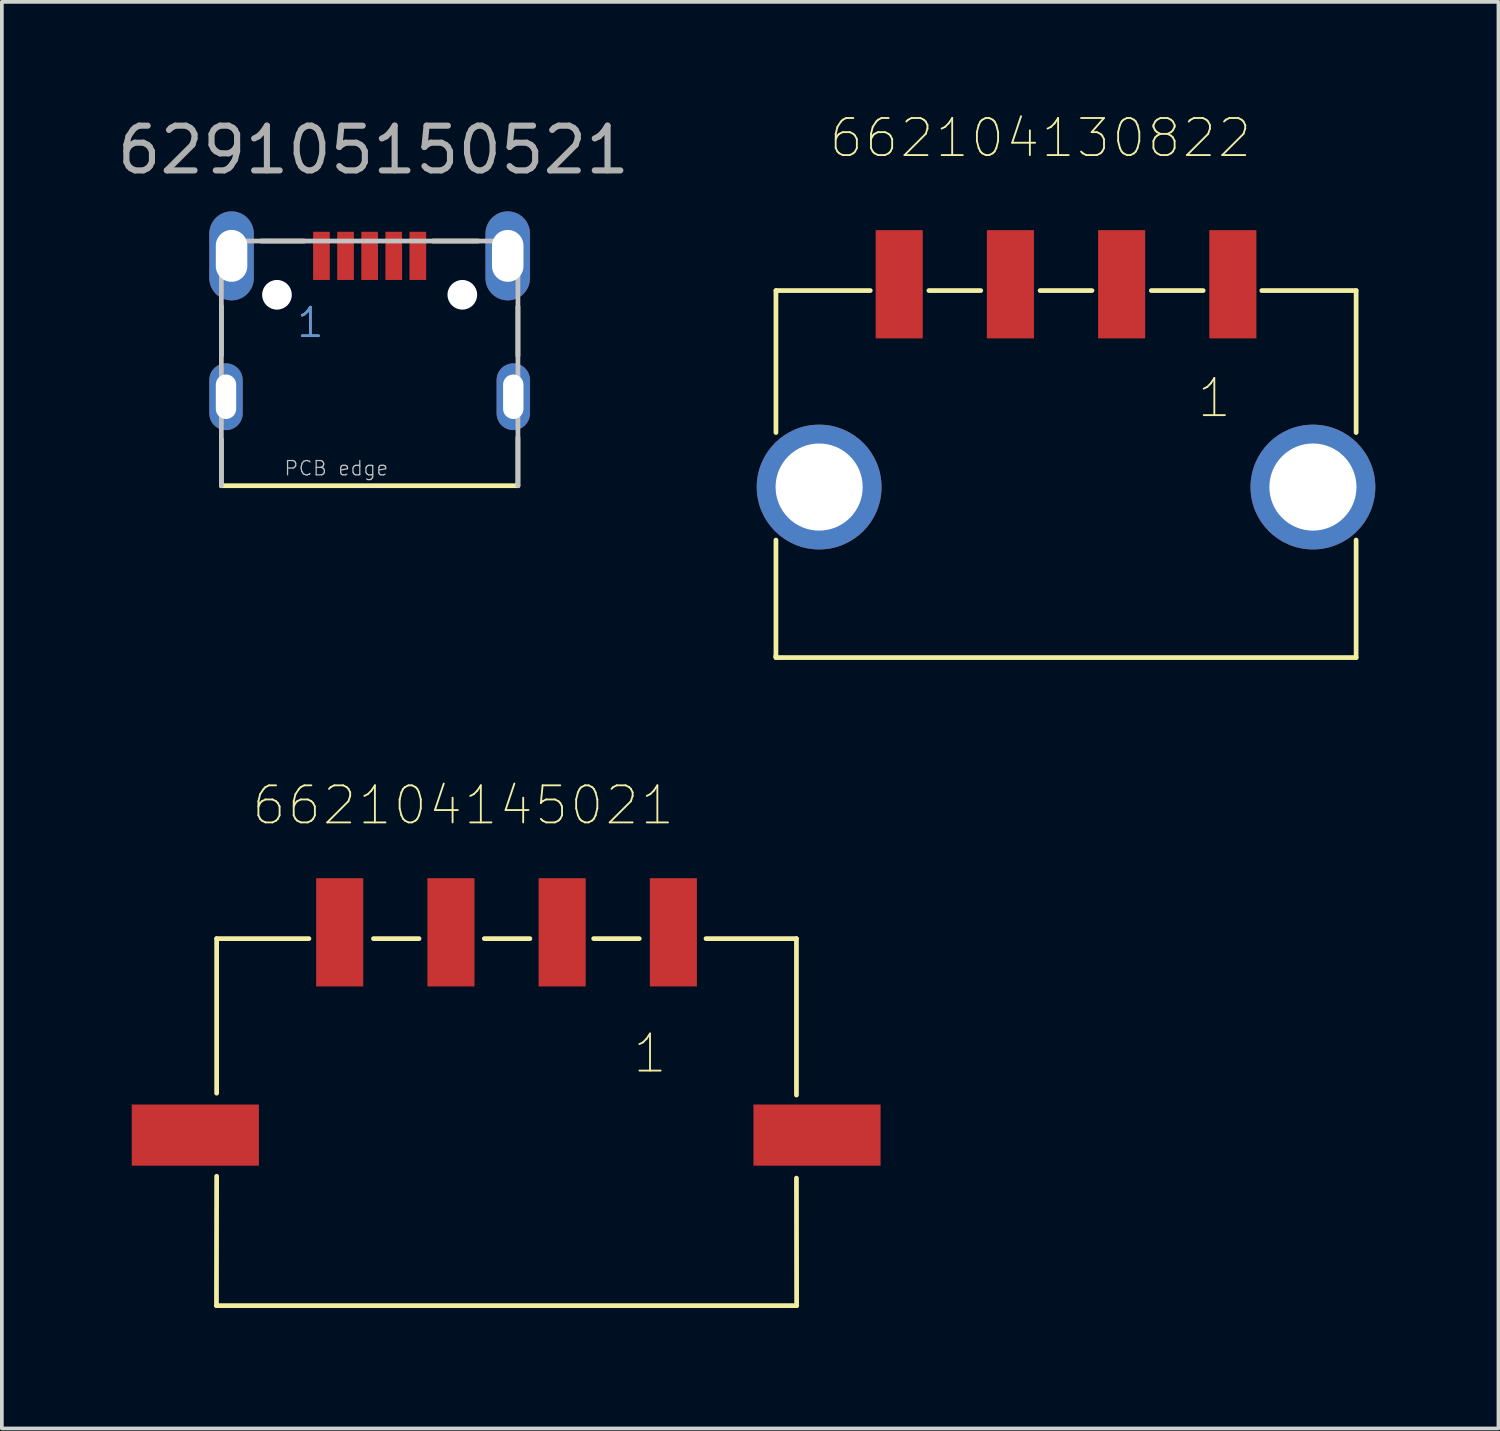
<source format=kicad_pcb>
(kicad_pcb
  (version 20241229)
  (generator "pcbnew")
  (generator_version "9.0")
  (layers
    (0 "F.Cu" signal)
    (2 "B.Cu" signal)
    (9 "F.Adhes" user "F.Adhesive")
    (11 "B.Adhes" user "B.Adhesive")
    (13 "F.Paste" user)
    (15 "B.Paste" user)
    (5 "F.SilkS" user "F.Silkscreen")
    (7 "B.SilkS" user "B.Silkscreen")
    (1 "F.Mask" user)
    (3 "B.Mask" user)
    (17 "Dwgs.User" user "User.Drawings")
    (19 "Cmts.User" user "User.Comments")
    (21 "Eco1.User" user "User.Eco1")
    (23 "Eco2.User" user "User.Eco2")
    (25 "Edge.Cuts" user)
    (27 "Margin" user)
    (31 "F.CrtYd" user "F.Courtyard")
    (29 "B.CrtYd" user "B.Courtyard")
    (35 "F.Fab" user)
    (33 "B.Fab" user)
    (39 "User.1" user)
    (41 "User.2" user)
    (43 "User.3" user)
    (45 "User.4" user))
  (footprint "662104130822"
    (layer "F.Cu")
    (at 25.706 10.088)
    (property "Reference" "662104130822" (at -0.69 -9.415 0) (layer "F.SilkS") (effects (font (size 1 1) (thickness 0.05))))
    (attr smd)
    (fp_line (start -7.83 4.56) (end -7.825 4.56) (stroke (width 0.127) (type solid)) (layer "F.SilkS"))
    (fp_line (start -7.825 -1.47) (end -7.825 -5.3) (stroke (width 0.127) (type solid)) (layer "F.SilkS"))
    (fp_line (start -7.825 1.43) (end -7.825 4.6) (stroke (width 0.127) (type solid)) (layer "F.SilkS"))
    (fp_line (start -7.825 4.6) (end 7.825 4.6) (stroke (width 0.127) (type solid)) (layer "F.SilkS"))
    (fp_line (start -5.28 -5.3) (end -7.825 -5.3) (stroke (width 0.127) (type solid)) (layer "F.SilkS"))
    (fp_line (start -3.7 -5.3) (end -2.3 -5.3) (stroke (width 0.127) (type solid)) (layer "F.SilkS"))
    (fp_line (start -0.7 -5.3) (end 0.7 -5.3) (stroke (width 0.127) (type solid)) (layer "F.SilkS"))
    (fp_line (start 2.3 -5.3) (end 3.7 -5.3) (stroke (width 0.127) (type solid)) (layer "F.SilkS"))
    (fp_line (start 7.825 -5.3) (end 5.28 -5.3) (stroke (width 0.127) (type solid)) (layer "F.SilkS"))
    (fp_line (start 7.825 -1.47) (end 7.825 -5.3) (stroke (width 0.127) (type solid)) (layer "F.SilkS"))
    (fp_line (start 7.825 1.43) (end 7.825 4.6) (stroke (width 0.127) (type solid)) (layer "F.SilkS"))
    (fp_line (start -8.6 -7.18) (end 8.6 -7.18) (stroke (width 0.127) (type solid)) (layer "Eco1.User"))
    (fp_line (start -8.6 4.85) (end -8.6 -7.18) (stroke (width 0.127) (type solid)) (layer "Eco1.User"))
    (fp_line (start 8.6 -7.18) (end 8.6 4.85) (stroke (width 0.127) (type solid)) (layer "Eco1.User"))
    (fp_line (start 8.6 4.85) (end -8.6 4.85) (stroke (width 0.127) (type solid)) (layer "Eco1.User"))
    (fp_line (start -7.825 -5.3) (end 7.825 -5.3) (stroke (width 0.127) (type solid)) (layer "Eco2.User"))
    (fp_line (start -7.825 4.56) (end -7.825 -5.3) (stroke (width 0.127) (type solid)) (layer "Eco2.User"))
    (fp_line (start -7.825 4.6) (end 7.825 4.6) (stroke (width 0.127) (type solid)) (layer "Eco2.User"))
    (fp_line (start 7.825 -5.3) (end 7.825 4.6) (stroke (width 0.127) (type solid)) (layer "Eco2.User"))
    (fp_text user "1" (at 4 -2.4 0) (layer "F.SilkS") (effects (font (size 1 1) (thickness 0.05))))
    (fp_text user "1" (at 4 -2.4 0) (layer "Edge.Cuts") (effects (font (size 1 1) (thickness 0.05))))
    (pad "1" smd rect (at 4.5 -5.47 90) (size 2.92 1.27) (layers "F.Cu" "F.Mask" "F.Paste"))
    (pad "2" smd rect (at 1.5 -5.47 90) (size 2.92 1.27) (layers "F.Cu" "F.Mask" "F.Paste"))
    (pad "3" smd rect (at -1.5 -5.47 90) (size 2.92 1.27) (layers "F.Cu" "F.Mask" "F.Paste"))
    (pad "4" smd rect (at -4.5 -5.47 90) (size 2.92 1.27) (layers "F.Cu" "F.Mask" "F.Paste"))
    (pad "Z1" thru_hole circle (at -6.66 0) (size 3.366 3.366) (drill 2.35) (layers "*.Cu" "*.Mask"))
    (pad "Z2" thru_hole circle (at 6.66 0) (size 3.366 3.366) (drill 2.35) (layers "*.Cu" "*.Mask")))
  (footprint "662104145021"
    (layer "F.Cu")
    (at 10.614 27.569)
    (property "Reference" "662104145021" (at -1.17 -8.895 0) (layer "F.SilkS") (effects (font (size 1 1) (thickness 0.05))))
    (attr smd)
    (fp_line (start -7.825 4.6) (end 7.825 4.6) (stroke (width 0.127) (type solid)) (layer "F.SilkS"))
    (fp_line (start -7.82 -5.3) (end -7.82 -1.13) (stroke (width 0.127) (type solid)) (layer "F.SilkS"))
    (fp_line (start -7.82 1.11) (end -7.825 4.6) (stroke (width 0.127) (type solid)) (layer "F.SilkS"))
    (fp_line (start -5.33 -5.3) (end -7.82 -5.3) (stroke (width 0.127) (type solid)) (layer "F.SilkS"))
    (fp_line (start -3.59 -5.3) (end -2.36 -5.3) (stroke (width 0.127) (type solid)) (layer "F.SilkS"))
    (fp_line (start -0.6 -5.3) (end 0.63 -5.3) (stroke (width 0.127) (type solid)) (layer "F.SilkS"))
    (fp_line (start 2.35 -5.3) (end 3.58 -5.3) (stroke (width 0.127) (type solid)) (layer "F.SilkS"))
    (fp_line (start 5.38 -5.3) (end 7.82 -5.3) (stroke (width 0.127) (type solid)) (layer "F.SilkS"))
    (fp_line (start 7.82 -5.3) (end 7.82 -1.08) (stroke (width 0.127) (type solid)) (layer "F.SilkS"))
    (fp_line (start 7.825 4.6) (end 7.82 1.16) (stroke (width 0.127) (type solid)) (layer "F.SilkS"))
    (fp_line (start -10.55 -7.37) (end 10.55 -7.37) (stroke (width 0.127) (type solid)) (layer "Eco1.User"))
    (fp_line (start -10.55 4.85) (end -10.55 -7.37) (stroke (width 0.127) (type solid)) (layer "Eco1.User"))
    (fp_line (start 10.55 -7.37) (end 10.55 4.85) (stroke (width 0.127) (type solid)) (layer "Eco1.User"))
    (fp_line (start 10.55 4.85) (end -10.55 4.85) (stroke (width 0.127) (type solid)) (layer "Eco1.User"))
    (fp_line (start -7.825 -5.3) (end 7.825 -5.3) (stroke (width 0.127) (type solid)) (layer "Eco2.User"))
    (fp_line (start -7.825 4.6) (end -7.825 -5.3) (stroke (width 0.127) (type solid)) (layer "Eco2.User"))
    (fp_line (start 7.825 -5.3) (end 7.825 4.6) (stroke (width 0.127) (type solid)) (layer "Eco2.User"))
    (fp_line (start 7.825 4.6) (end -7.825 4.6) (stroke (width 0.127) (type solid)) (layer "Eco2.User"))
    (fp_text user "1" (at 3.87 -2.2 0) (layer "F.SilkS") (effects (font (size 1 1) (thickness 0.05))))
    (fp_text user "4" (at -5.055 -2.5 0) (layer "Edge.Cuts") (effects (font (size 1 1) (thickness 0.05))))
    (fp_text user "1" (at 3.87 -2.2 0) (layer "Edge.Cuts") (effects (font (size 1 1) (thickness 0.05))))
    (pad "1" smd rect (at 4.5 -5.47 90) (size 2.92 1.27) (layers "F.Cu" "F.Mask" "F.Paste"))
    (pad "2" smd rect (at 1.5 -5.47 90) (size 2.92 1.27) (layers "F.Cu" "F.Mask" "F.Paste"))
    (pad "3" smd rect (at -1.5 -5.47 90) (size 2.92 1.27) (layers "F.Cu" "F.Mask" "F.Paste"))
    (pad "4" smd rect (at -4.5 -5.47 90) (size 2.92 1.27) (layers "F.Cu" "F.Mask" "F.Paste"))
    (pad "M1" smd rect (at 8.375 0) (size 3.43 1.65) (layers "F.Cu" "F.Mask" "F.Paste"))
    (pad "M2" smd rect (at -8.395 0) (size 3.43 1.65) (layers "F.Cu" "F.Mask" "F.Paste")))
  (footprint "629105150521"
    (layer "F.Cu")
    (at 6.921 4.902)
    (property "Reference" "629105150521" (at 0.1 -3.2 0) (layer "F.Fab") (effects (font (size 1.206 1.206) (thickness 0.165)) (justify bottom)))
    (attr through_hole)
    (fp_line (start -4 0.31) (end -4 1.64) (stroke (width 0.127) (type solid)) (layer "F.SilkS"))
    (fp_line (start -4 3.9) (end -4 5.15) (stroke (width 0.127) (type solid)) (layer "F.SilkS"))
    (fp_line (start -4 5.15) (end 4 5.15) (stroke (width 0.127) (type solid)) (layer "F.SilkS"))
    (fp_line (start -2.92 -1.45) (end -1.77 -1.45) (stroke (width 0.127) (type solid)) (layer "F.SilkS"))
    (fp_line (start 1.71 -1.45) (end 2.93 -1.45) (stroke (width 0.127) (type solid)) (layer "F.SilkS"))
    (fp_line (start 4 0.32) (end 4 1.65) (stroke (width 0.127) (type solid)) (layer "F.SilkS"))
    (fp_line (start 4 3.85) (end 4 5.15) (stroke (width 0.127) (type solid)) (layer "F.SilkS"))
    (fp_line (start -4 -1.45) (end 4 -1.45) (stroke (width 0.127) (type solid)) (layer "Dwgs.User"))
    (fp_line (start -4 5.15) (end -4 -1.45) (stroke (width 0.127) (type solid)) (layer "Dwgs.User"))
    (fp_line (start 4 5.15) (end 4 -1.45) (stroke (width 0.127) (type solid)) (layer "Dwgs.User"))
    (fp_text user "1" (at -1.6 0.75 0) (layer "F.SilkS") (effects (font (size 0.772 0.772) (thickness 0.065))))
    (fp_text user "PCB edge" (at -0.9 4.68 0) (layer "Dwgs.User") (effects (font (size 0.386 0.386) (thickness 0.033))))
    (fp_text user "1" (at -1.6 0.75 0) (layer "Cmts.User") (effects (font (size 0.772 0.772) (thickness 0.065))))
    (pad "" np_thru_hole circle (at -2.5 0) (size 0.8 0.8) (drill 0.8) (layers "*.Cu"))
    (pad "" np_thru_hole circle (at 2.5 0) (size 0.8 0.8) (drill 0.8) (layers "*.Cu"))
    (pad "1" smd rect (at -1.3 -1.05) (size 0.45 1.3) (layers "F.Cu" "F.Mask" "F.Paste"))
    (pad "2" smd rect (at -0.65 -1.05) (size 0.45 1.3) (layers "F.Cu" "F.Mask" "F.Paste"))
    (pad "3" smd rect (at 0 -1.05) (size 0.45 1.3) (layers "F.Cu" "F.Mask" "F.Paste"))
    (pad "4" smd rect (at 0.65 -1.05) (size 0.45 1.3) (layers "F.Cu" "F.Mask" "F.Paste"))
    (pad "5" smd rect (at 1.3 -1.05) (size 0.45 1.3) (layers "F.Cu" "F.Mask" "F.Paste"))
    (pad "SHEL" thru_hole oval (at -3.875 2.75 90) (size 1.8 0.9) (drill oval 1.2 0.55) (layers "*.Cu" "*.Mask"))
    (pad "SHEL" thru_hole oval (at -3.725 -1.05 90) (size 2.4 1.2) (drill oval 1.4 0.85) (layers "*.Cu" "*.Mask"))
    (pad "SHEL" thru_hole oval (at 3.725 -1.05 90) (size 2.4 1.2) (drill oval 1.4 0.85) (layers "*.Cu" "*.Mask"))
    (pad "SHEL" thru_hole oval (at 3.875 2.75 90) (size 1.8 0.9) (drill oval 1.2 0.55) (layers "*.Cu" "*.Mask")))
  (gr_rect
    (start -3 -3)
    (end 37.37 35.483)
    (stroke (width 0.1) (type default))
    (fill no)
    (layer "Edge.Cuts")))
</source>
